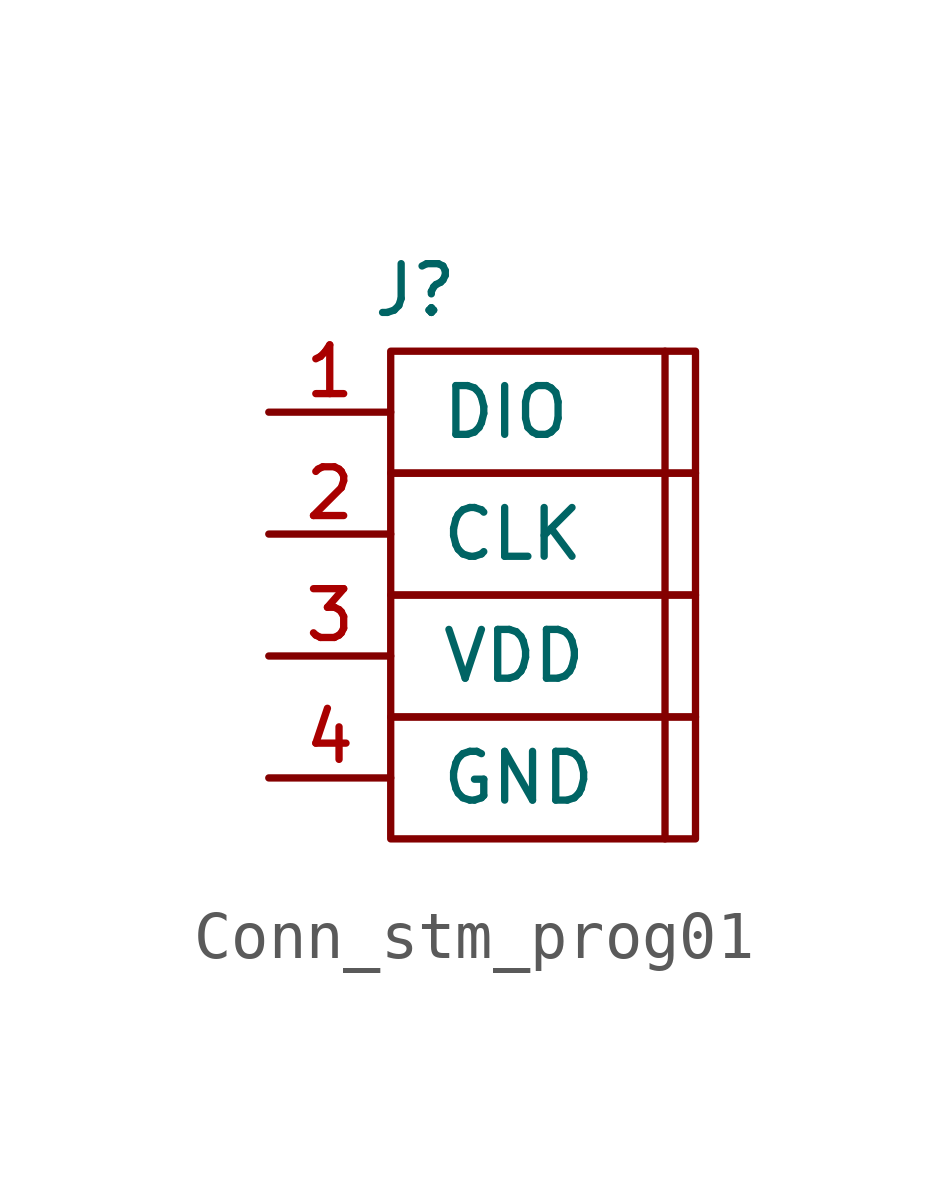
<source format=kicad_sym>
(kicad_symbol_lib
  (version 20231120)
  (generator "kicad_symbol_editor")
  (generator_version "8.0")
  (symbol "Conn_stm_prog01"
    (pin_names
      (offset 1.016))
    (property "Reference" "J"
      (at -2.032 2.54 0)
      (effects (font (size 1.016 1.016))))
    (symbol "Conn_stm_prog01_0_1"
      (rectangle (start -2.54 -6.35) (end 3.81 -8.89) (stroke (width 0) (type default)) (fill (type none)))
      (rectangle (start -2.54 -3.81) (end 3.81 -6.35) (stroke (width 0) (type default)) (fill (type none)))
      (rectangle (start -2.54 -1.27) (end 3.81 -3.81) (stroke (width 0) (type default)) (fill (type none)))
      (rectangle (start -2.54 1.27) (end 3.81 -1.27) (stroke (width 0) (type default)) (fill (type none)))
      (polyline (pts (xy 3.175 1.27) (xy 3.175 -8.89)) (stroke (width 0) (type default)) (fill (type none))))
    (symbol "Conn_stm_prog01_1_1"
      (pin bidirectional line (at -5.08 0 0) (length 2.54) (name "DIO" (effects (font (size 1.016 1.016)))) (number "1" (effects (font (size 1.016 1.016)))))
      (pin output line (at -5.08 -2.54 0) (length 2.54) (name "CLK" (effects (font (size 1.016 1.016)))) (number "2" (effects (font (size 1.016 1.016)))))
      (pin power_out line (at -5.08 -5.08 0) (length 2.54) (name "VDD" (effects (font (size 1.016 1.016)))) (number "3" (effects (font (size 1.016 1.016)))))
      (pin power_out line (at -5.08 -7.62 0) (length 2.54) (name "GND" (effects (font (size 1.016 1.016)))) (number "4" (effects (font (size 1.016 1.016))))))))
</source>
